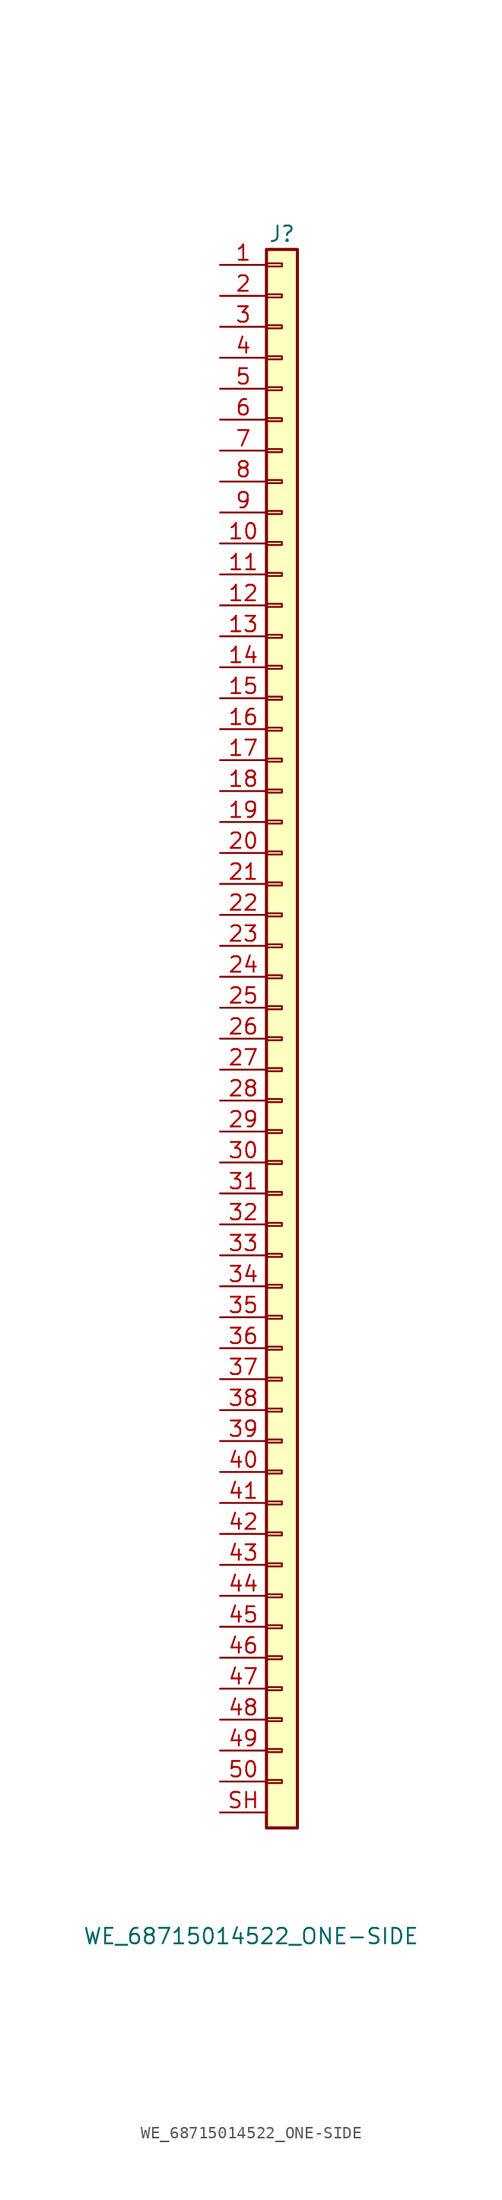
<source format=kicad_sym>
(kicad_symbol_lib
  (version 20220914)
  (generator kicad_symbol_editor)
  (symbol "WE_68715014522_ONE-SIDE"
    (pin_names
      (offset 1.016) hide)
    (property "Reference" "J"
      (at 0 43.18 0)
      (effects (font (size 1.27 1.27))))
    (property "Value" "WE_68715014522_ONE-SIDE"
      (at -2.54 -96.52 0)
      (effects (font (size 1.27 1.27))))
    (symbol "WE_68715014522_ONE-SIDE_1_1"
      (rectangle (start -1.27 -83.693) (end 0 -83.947) (stroke (width 0.152) (type default)) (fill (type none)))
      (rectangle (start -1.27 -81.153) (end 0 -81.407) (stroke (width 0.152) (type default)) (fill (type none)))
      (rectangle (start -1.27 -78.613) (end 0 -78.867) (stroke (width 0.152) (type default)) (fill (type none)))
      (rectangle (start -1.27 -76.073) (end 0 -76.327) (stroke (width 0.152) (type default)) (fill (type none)))
      (rectangle (start -1.27 -73.533) (end 0 -73.787) (stroke (width 0.152) (type default)) (fill (type none)))
      (rectangle (start -1.27 -70.993) (end 0 -71.247) (stroke (width 0.152) (type default)) (fill (type none)))
      (rectangle (start -1.27 -68.453) (end 0 -68.707) (stroke (width 0.152) (type default)) (fill (type none)))
      (rectangle (start -1.27 -65.913) (end 0 -66.167) (stroke (width 0.152) (type default)) (fill (type none)))
      (rectangle (start -1.27 -63.373) (end 0 -63.627) (stroke (width 0.152) (type default)) (fill (type none)))
      (rectangle (start -1.27 -60.833) (end 0 -61.087) (stroke (width 0.152) (type default)) (fill (type none)))
      (rectangle (start -1.27 -58.293) (end 0 -58.547) (stroke (width 0.152) (type default)) (fill (type none)))
      (rectangle (start -1.27 -55.753) (end 0 -56.007) (stroke (width 0.152) (type default)) (fill (type none)))
      (rectangle (start -1.27 -53.213) (end 0 -53.467) (stroke (width 0.152) (type default)) (fill (type none)))
      (rectangle (start -1.27 -50.673) (end 0 -50.927) (stroke (width 0.152) (type default)) (fill (type none)))
      (rectangle (start -1.27 -48.133) (end 0 -48.387) (stroke (width 0.152) (type default)) (fill (type none)))
      (rectangle (start -1.27 -45.593) (end 0 -45.847) (stroke (width 0.152) (type default)) (fill (type none)))
      (rectangle (start -1.27 -43.053) (end 0 -43.307) (stroke (width 0.152) (type default)) (fill (type none)))
      (rectangle (start -1.27 -40.513) (end 0 -40.767) (stroke (width 0.152) (type default)) (fill (type none)))
      (rectangle (start -1.27 -37.973) (end 0 -38.227) (stroke (width 0.152) (type default)) (fill (type none)))
      (rectangle (start -1.27 -35.433) (end 0 -35.687) (stroke (width 0.152) (type default)) (fill (type none)))
      (rectangle (start -1.27 -32.893) (end 0 -33.147) (stroke (width 0.152) (type default)) (fill (type none)))
      (rectangle (start -1.27 -30.353) (end 0 -30.607) (stroke (width 0.152) (type default)) (fill (type none)))
      (rectangle (start -1.27 -27.813) (end 0 -28.067) (stroke (width 0.152) (type default)) (fill (type none)))
      (rectangle (start -1.27 -25.273) (end 0 -25.527) (stroke (width 0.152) (type default)) (fill (type none)))
      (rectangle (start -1.27 -22.733) (end 0 -22.987) (stroke (width 0.152) (type default)) (fill (type none)))
      (rectangle (start -1.27 -20.193) (end 0 -20.447) (stroke (width 0.152) (type default)) (fill (type none)))
      (rectangle (start -1.27 -17.653) (end 0 -17.907) (stroke (width 0.152) (type default)) (fill (type none)))
      (rectangle (start -1.27 -15.113) (end 0 -15.367) (stroke (width 0.152) (type default)) (fill (type none)))
      (rectangle (start -1.27 -12.573) (end 0 -12.827) (stroke (width 0.152) (type default)) (fill (type none)))
      (rectangle (start -1.27 -10.033) (end 0 -10.287) (stroke (width 0.152) (type default)) (fill (type none)))
      (rectangle (start -1.27 -7.493) (end 0 -7.747) (stroke (width 0.152) (type default)) (fill (type none)))
      (rectangle (start -1.27 -4.953) (end 0 -5.207) (stroke (width 0.152) (type default)) (fill (type none)))
      (rectangle (start -1.27 -2.413) (end 0 -2.667) (stroke (width 0.152) (type default)) (fill (type none)))
      (rectangle (start -1.27 0.127) (end 0 -0.127) (stroke (width 0.152) (type default)) (fill (type none)))
      (rectangle (start -1.27 2.667) (end 0 2.413) (stroke (width 0.152) (type default)) (fill (type none)))
      (rectangle (start -1.27 5.207) (end 0 4.953) (stroke (width 0.152) (type default)) (fill (type none)))
      (rectangle (start -1.27 7.747) (end 0 7.493) (stroke (width 0.152) (type default)) (fill (type none)))
      (rectangle (start -1.27 10.287) (end 0 10.033) (stroke (width 0.152) (type default)) (fill (type none)))
      (rectangle (start -1.27 12.827) (end 0 12.573) (stroke (width 0.152) (type default)) (fill (type none)))
      (rectangle (start -1.27 15.367) (end 0 15.113) (stroke (width 0.152) (type default)) (fill (type none)))
      (rectangle (start -1.27 17.907) (end 0 17.653) (stroke (width 0.152) (type default)) (fill (type none)))
      (rectangle (start -1.27 20.447) (end 0 20.193) (stroke (width 0.152) (type default)) (fill (type none)))
      (rectangle (start -1.27 22.987) (end 0 22.733) (stroke (width 0.152) (type default)) (fill (type none)))
      (rectangle (start -1.27 25.527) (end 0 25.273) (stroke (width 0.152) (type default)) (fill (type none)))
      (rectangle (start -1.27 28.067) (end 0 27.813) (stroke (width 0.152) (type default)) (fill (type none)))
      (rectangle (start -1.27 30.607) (end 0 30.353) (stroke (width 0.152) (type default)) (fill (type none)))
      (rectangle (start -1.27 33.147) (end 0 32.893) (stroke (width 0.152) (type default)) (fill (type none)))
      (rectangle (start -1.27 35.687) (end 0 35.433) (stroke (width 0.152) (type default)) (fill (type none)))
      (rectangle (start -1.27 38.227) (end 0 37.973) (stroke (width 0.152) (type default)) (fill (type none)))
      (rectangle (start -1.27 40.767) (end 0 40.513) (stroke (width 0.152) (type default)) (fill (type none)))
      (rectangle (start -1.27 41.91) (end 1.27 -87.63) (stroke (width 0.254) (type default)) (fill (type background)))
      (pin passive line (at -5.08 40.64 0) (length 3.81) (name "Pin_1" (effects (font (size 1.27 1.27)))) (number "1" (effects (font (size 1.27 1.27)))))
      (pin passive line (at -5.08 17.78 0) (length 3.81) (name "Pin_10" (effects (font (size 1.27 1.27)))) (number "10" (effects (font (size 1.27 1.27)))))
      (pin passive line (at -5.08 15.24 0) (length 3.81) (name "Pin_11" (effects (font (size 1.27 1.27)))) (number "11" (effects (font (size 1.27 1.27)))))
      (pin passive line (at -5.08 12.7 0) (length 3.81) (name "Pin_12" (effects (font (size 1.27 1.27)))) (number "12" (effects (font (size 1.27 1.27)))))
      (pin passive line (at -5.08 10.16 0) (length 3.81) (name "Pin_13" (effects (font (size 1.27 1.27)))) (number "13" (effects (font (size 1.27 1.27)))))
      (pin passive line (at -5.08 7.62 0) (length 3.81) (name "Pin_14" (effects (font (size 1.27 1.27)))) (number "14" (effects (font (size 1.27 1.27)))))
      (pin passive line (at -5.08 5.08 0) (length 3.81) (name "Pin_15" (effects (font (size 1.27 1.27)))) (number "15" (effects (font (size 1.27 1.27)))))
      (pin passive line (at -5.08 2.54 0) (length 3.81) (name "Pin_16" (effects (font (size 1.27 1.27)))) (number "16" (effects (font (size 1.27 1.27)))))
      (pin passive line (at -5.08 0 0) (length 3.81) (name "Pin_17" (effects (font (size 1.27 1.27)))) (number "17" (effects (font (size 1.27 1.27)))))
      (pin passive line (at -5.08 -2.54 0) (length 3.81) (name "Pin_18" (effects (font (size 1.27 1.27)))) (number "18" (effects (font (size 1.27 1.27)))))
      (pin passive line (at -5.08 -5.08 0) (length 3.81) (name "Pin_19" (effects (font (size 1.27 1.27)))) (number "19" (effects (font (size 1.27 1.27)))))
      (pin passive line (at -5.08 38.1 0) (length 3.81) (name "Pin_2" (effects (font (size 1.27 1.27)))) (number "2" (effects (font (size 1.27 1.27)))))
      (pin passive line (at -5.08 -7.62 0) (length 3.81) (name "Pin_20" (effects (font (size 1.27 1.27)))) (number "20" (effects (font (size 1.27 1.27)))))
      (pin passive line (at -5.08 -10.16 0) (length 3.81) (name "Pin_21" (effects (font (size 1.27 1.27)))) (number "21" (effects (font (size 1.27 1.27)))))
      (pin passive line (at -5.08 -12.7 0) (length 3.81) (name "Pin_22" (effects (font (size 1.27 1.27)))) (number "22" (effects (font (size 1.27 1.27)))))
      (pin passive line (at -5.08 -15.24 0) (length 3.81) (name "Pin_23" (effects (font (size 1.27 1.27)))) (number "23" (effects (font (size 1.27 1.27)))))
      (pin passive line (at -5.08 -17.78 0) (length 3.81) (name "Pin_24" (effects (font (size 1.27 1.27)))) (number "24" (effects (font (size 1.27 1.27)))))
      (pin passive line (at -5.08 -20.32 0) (length 3.81) (name "Pin_25" (effects (font (size 1.27 1.27)))) (number "25" (effects (font (size 1.27 1.27)))))
      (pin passive line (at -5.08 -22.86 0) (length 3.81) (name "Pin_26" (effects (font (size 1.27 1.27)))) (number "26" (effects (font (size 1.27 1.27)))))
      (pin passive line (at -5.08 -25.4 0) (length 3.81) (name "Pin_27" (effects (font (size 1.27 1.27)))) (number "27" (effects (font (size 1.27 1.27)))))
      (pin passive line (at -5.08 -27.94 0) (length 3.81) (name "Pin_28" (effects (font (size 1.27 1.27)))) (number "28" (effects (font (size 1.27 1.27)))))
      (pin passive line (at -5.08 -30.48 0) (length 3.81) (name "Pin_29" (effects (font (size 1.27 1.27)))) (number "29" (effects (font (size 1.27 1.27)))))
      (pin passive line (at -5.08 35.56 0) (length 3.81) (name "Pin_3" (effects (font (size 1.27 1.27)))) (number "3" (effects (font (size 1.27 1.27)))))
      (pin passive line (at -5.08 -33.02 0) (length 3.81) (name "Pin_30" (effects (font (size 1.27 1.27)))) (number "30" (effects (font (size 1.27 1.27)))))
      (pin passive line (at -5.08 -35.56 0) (length 3.81) (name "Pin_31" (effects (font (size 1.27 1.27)))) (number "31" (effects (font (size 1.27 1.27)))))
      (pin passive line (at -5.08 -38.1 0) (length 3.81) (name "Pin_32" (effects (font (size 1.27 1.27)))) (number "32" (effects (font (size 1.27 1.27)))))
      (pin passive line (at -5.08 -40.64 0) (length 3.81) (name "Pin_33" (effects (font (size 1.27 1.27)))) (number "33" (effects (font (size 1.27 1.27)))))
      (pin passive line (at -5.08 -43.18 0) (length 3.81) (name "Pin_34" (effects (font (size 1.27 1.27)))) (number "34" (effects (font (size 1.27 1.27)))))
      (pin passive line (at -5.08 -45.72 0) (length 3.81) (name "Pin_35" (effects (font (size 1.27 1.27)))) (number "35" (effects (font (size 1.27 1.27)))))
      (pin passive line (at -5.08 -48.26 0) (length 3.81) (name "Pin_36" (effects (font (size 1.27 1.27)))) (number "36" (effects (font (size 1.27 1.27)))))
      (pin passive line (at -5.08 -50.8 0) (length 3.81) (name "Pin_37" (effects (font (size 1.27 1.27)))) (number "37" (effects (font (size 1.27 1.27)))))
      (pin passive line (at -5.08 -53.34 0) (length 3.81) (name "Pin_38" (effects (font (size 1.27 1.27)))) (number "38" (effects (font (size 1.27 1.27)))))
      (pin passive line (at -5.08 -55.88 0) (length 3.81) (name "Pin_39" (effects (font (size 1.27 1.27)))) (number "39" (effects (font (size 1.27 1.27)))))
      (pin passive line (at -5.08 33.02 0) (length 3.81) (name "Pin_4" (effects (font (size 1.27 1.27)))) (number "4" (effects (font (size 1.27 1.27)))))
      (pin passive line (at -5.08 -58.42 0) (length 3.81) (name "Pin_40" (effects (font (size 1.27 1.27)))) (number "40" (effects (font (size 1.27 1.27)))))
      (pin passive line (at -5.08 -60.96 0) (length 3.81) (name "Pin_41" (effects (font (size 1.27 1.27)))) (number "41" (effects (font (size 1.27 1.27)))))
      (pin passive line (at -5.08 -63.5 0) (length 3.81) (name "Pin_42" (effects (font (size 1.27 1.27)))) (number "42" (effects (font (size 1.27 1.27)))))
      (pin passive line (at -5.08 -66.04 0) (length 3.81) (name "Pin_43" (effects (font (size 1.27 1.27)))) (number "43" (effects (font (size 1.27 1.27)))))
      (pin passive line (at -5.08 -68.58 0) (length 3.81) (name "Pin_44" (effects (font (size 1.27 1.27)))) (number "44" (effects (font (size 1.27 1.27)))))
      (pin passive line (at -5.08 -71.12 0) (length 3.81) (name "Pin_45" (effects (font (size 1.27 1.27)))) (number "45" (effects (font (size 1.27 1.27)))))
      (pin passive line (at -5.08 -73.66 0) (length 3.81) (name "Pin_46" (effects (font (size 1.27 1.27)))) (number "46" (effects (font (size 1.27 1.27)))))
      (pin passive line (at -5.08 -76.2 0) (length 3.81) (name "Pin_47" (effects (font (size 1.27 1.27)))) (number "47" (effects (font (size 1.27 1.27)))))
      (pin passive line (at -5.08 -78.74 0) (length 3.81) (name "Pin_48" (effects (font (size 1.27 1.27)))) (number "48" (effects (font (size 1.27 1.27)))))
      (pin passive line (at -5.08 -81.28 0) (length 3.81) (name "Pin_49" (effects (font (size 1.27 1.27)))) (number "49" (effects (font (size 1.27 1.27)))))
      (pin passive line (at -5.08 30.48 0) (length 3.81) (name "Pin_5" (effects (font (size 1.27 1.27)))) (number "5" (effects (font (size 1.27 1.27)))))
      (pin passive line (at -5.08 -83.82 0) (length 3.81) (name "Pin_50" (effects (font (size 1.27 1.27)))) (number "50" (effects (font (size 1.27 1.27)))))
      (pin passive line (at -5.08 27.94 0) (length 3.81) (name "Pin_6" (effects (font (size 1.27 1.27)))) (number "6" (effects (font (size 1.27 1.27)))))
      (pin passive line (at -5.08 25.4 0) (length 3.81) (name "Pin_7" (effects (font (size 1.27 1.27)))) (number "7" (effects (font (size 1.27 1.27)))))
      (pin passive line (at -5.08 22.86 0) (length 3.81) (name "Pin_8" (effects (font (size 1.27 1.27)))) (number "8" (effects (font (size 1.27 1.27)))))
      (pin passive line (at -5.08 20.32 0) (length 3.81) (name "Pin_9" (effects (font (size 1.27 1.27)))) (number "9" (effects (font (size 1.27 1.27)))))
      (pin passive line (at -5.08 -86.36 0) (length 3.81) (name "SHLD" (effects (font (size 1.27 1.27)))) (number "SH" (effects (font (size 1.27 1.27))))))))
</source>
